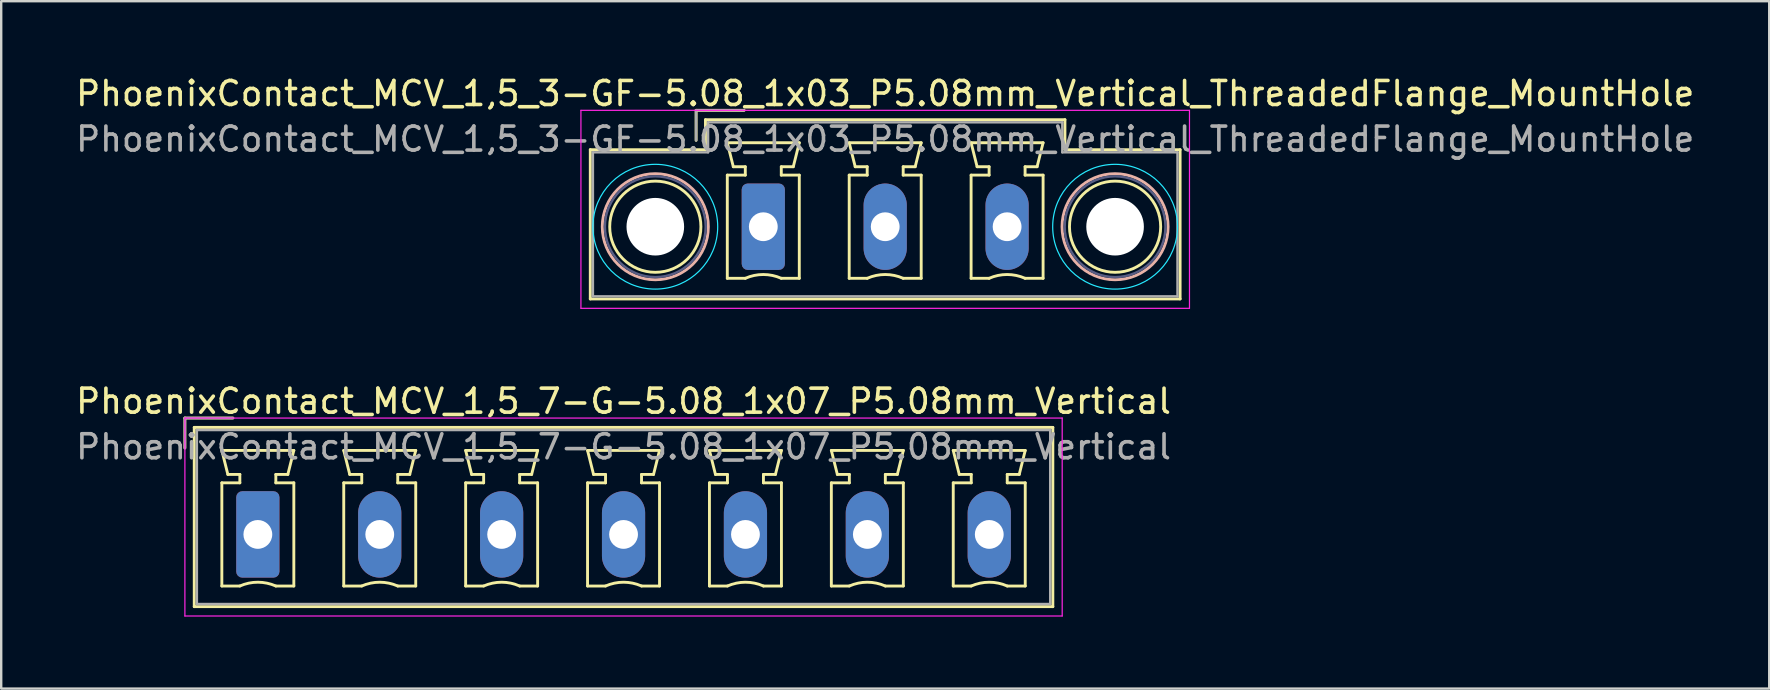
<source format=kicad_pcb>
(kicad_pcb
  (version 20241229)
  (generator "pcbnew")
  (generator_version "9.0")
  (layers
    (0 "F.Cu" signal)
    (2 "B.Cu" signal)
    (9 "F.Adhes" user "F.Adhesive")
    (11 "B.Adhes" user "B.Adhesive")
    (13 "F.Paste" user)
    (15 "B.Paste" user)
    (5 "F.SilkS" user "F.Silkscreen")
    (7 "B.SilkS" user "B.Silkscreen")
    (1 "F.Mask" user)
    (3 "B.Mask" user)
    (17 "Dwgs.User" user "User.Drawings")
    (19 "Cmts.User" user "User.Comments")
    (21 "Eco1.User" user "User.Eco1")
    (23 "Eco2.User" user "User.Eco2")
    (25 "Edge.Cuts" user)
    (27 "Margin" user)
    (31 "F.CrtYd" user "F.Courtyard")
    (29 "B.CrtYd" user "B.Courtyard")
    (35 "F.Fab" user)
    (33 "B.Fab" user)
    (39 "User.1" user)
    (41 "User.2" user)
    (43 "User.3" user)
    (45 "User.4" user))
  (footprint "PhoenixContact_MCV_1,5_3-GF-5.08_1x03_P5.08mm_Vertical_ThreadedFlange_MountHole"
    (layer "F.Cu")
    (at 28.759 6.398)
    (property "Reference" "PhoenixContact_MCV_1,5_3-GF-5.08_1x03_P5.08mm_Vertical_ThreadedFlange_MountHole" (at 5.08 -5.55 0) (layer "F.SilkS") (effects (font (size 1 1) (thickness 0.15))))
    (attr through_hole)
    (fp_line (start -7.21 -3.21) (end -7.21 3.01) (stroke (width 0.12) (type solid)) (layer "F.SilkS"))
    (fp_line (start -7.21 3.01) (end 17.37 3.01) (stroke (width 0.12) (type solid)) (layer "F.SilkS"))
    (fp_line (start -2.8 -4.85) (end -0.8 -4.85) (stroke (width 0.12) (type solid)) (layer "F.SilkS"))
    (fp_line (start -2.8 -3.6) (end -2.8 -4.85) (stroke (width 0.12) (type solid)) (layer "F.SilkS"))
    (fp_line (start -2.41 -4.46) (end -2.41 -3.21) (stroke (width 0.12) (type solid)) (layer "F.SilkS"))
    (fp_line (start -2.41 -3.21) (end -7.21 -3.21) (stroke (width 0.12) (type solid)) (layer "F.SilkS"))
    (fp_line (start -1.5 -3.5) (end 1.5 -3.5) (stroke (width 0.12) (type solid)) (layer "F.SilkS"))
    (fp_line (start -1.5 -2.15) (end -0.75 -2.15) (stroke (width 0.12) (type solid)) (layer "F.SilkS"))
    (fp_line (start -1.5 2.15) (end -1.5 -2.15) (stroke (width 0.12) (type solid)) (layer "F.SilkS"))
    (fp_line (start -1.25 -2.5) (end -1.5 -3.5) (stroke (width 0.12) (type solid)) (layer "F.SilkS"))
    (fp_line (start -0.75 -2.5) (end -1.25 -2.5) (stroke (width 0.12) (type solid)) (layer "F.SilkS"))
    (fp_line (start -0.75 -2.15) (end -0.75 -2.5) (stroke (width 0.12) (type solid)) (layer "F.SilkS"))
    (fp_line (start -0.75 2.15) (end -1.5 2.15) (stroke (width 0.12) (type solid)) (layer "F.SilkS"))
    (fp_line (start 0.75 -2.5) (end 0.75 -2.15) (stroke (width 0.12) (type solid)) (layer "F.SilkS"))
    (fp_line (start 0.75 -2.15) (end 1.5 -2.15) (stroke (width 0.12) (type solid)) (layer "F.SilkS"))
    (fp_line (start 1.25 -2.5) (end 0.75 -2.5) (stroke (width 0.12) (type solid)) (layer "F.SilkS"))
    (fp_line (start 1.5 -3.5) (end 1.25 -2.5) (stroke (width 0.12) (type solid)) (layer "F.SilkS"))
    (fp_line (start 1.5 -2.15) (end 1.5 2.15) (stroke (width 0.12) (type solid)) (layer "F.SilkS"))
    (fp_line (start 1.5 2.15) (end 0.75 2.15) (stroke (width 0.12) (type solid)) (layer "F.SilkS"))
    (fp_line (start 3.58 -3.5) (end 6.58 -3.5) (stroke (width 0.12) (type solid)) (layer "F.SilkS"))
    (fp_line (start 3.58 -2.15) (end 4.33 -2.15) (stroke (width 0.12) (type solid)) (layer "F.SilkS"))
    (fp_line (start 3.58 2.15) (end 3.58 -2.15) (stroke (width 0.12) (type solid)) (layer "F.SilkS"))
    (fp_line (start 3.83 -2.5) (end 3.58 -3.5) (stroke (width 0.12) (type solid)) (layer "F.SilkS"))
    (fp_line (start 4.33 -2.5) (end 3.83 -2.5) (stroke (width 0.12) (type solid)) (layer "F.SilkS"))
    (fp_line (start 4.33 -2.15) (end 4.33 -2.5) (stroke (width 0.12) (type solid)) (layer "F.SilkS"))
    (fp_line (start 4.33 2.15) (end 3.58 2.15) (stroke (width 0.12) (type solid)) (layer "F.SilkS"))
    (fp_line (start 5.83 -2.5) (end 5.83 -2.15) (stroke (width 0.12) (type solid)) (layer "F.SilkS"))
    (fp_line (start 5.83 -2.15) (end 6.58 -2.15) (stroke (width 0.12) (type solid)) (layer "F.SilkS"))
    (fp_line (start 6.33 -2.5) (end 5.83 -2.5) (stroke (width 0.12) (type solid)) (layer "F.SilkS"))
    (fp_line (start 6.58 -3.5) (end 6.33 -2.5) (stroke (width 0.12) (type solid)) (layer "F.SilkS"))
    (fp_line (start 6.58 -2.15) (end 6.58 2.15) (stroke (width 0.12) (type solid)) (layer "F.SilkS"))
    (fp_line (start 6.58 2.15) (end 5.83 2.15) (stroke (width 0.12) (type solid)) (layer "F.SilkS"))
    (fp_line (start 8.66 -3.5) (end 11.66 -3.5) (stroke (width 0.12) (type solid)) (layer "F.SilkS"))
    (fp_line (start 8.66 -2.15) (end 9.41 -2.15) (stroke (width 0.12) (type solid)) (layer "F.SilkS"))
    (fp_line (start 8.66 2.15) (end 8.66 -2.15) (stroke (width 0.12) (type solid)) (layer "F.SilkS"))
    (fp_line (start 8.91 -2.5) (end 8.66 -3.5) (stroke (width 0.12) (type solid)) (layer "F.SilkS"))
    (fp_line (start 9.41 -2.5) (end 8.91 -2.5) (stroke (width 0.12) (type solid)) (layer "F.SilkS"))
    (fp_line (start 9.41 -2.15) (end 9.41 -2.5) (stroke (width 0.12) (type solid)) (layer "F.SilkS"))
    (fp_line (start 9.41 2.15) (end 8.66 2.15) (stroke (width 0.12) (type solid)) (layer "F.SilkS"))
    (fp_line (start 10.91 -2.5) (end 10.91 -2.15) (stroke (width 0.12) (type solid)) (layer "F.SilkS"))
    (fp_line (start 10.91 -2.15) (end 11.66 -2.15) (stroke (width 0.12) (type solid)) (layer "F.SilkS"))
    (fp_line (start 11.41 -2.5) (end 10.91 -2.5) (stroke (width 0.12) (type solid)) (layer "F.SilkS"))
    (fp_line (start 11.66 -3.5) (end 11.41 -2.5) (stroke (width 0.12) (type solid)) (layer "F.SilkS"))
    (fp_line (start 11.66 -2.15) (end 11.66 2.15) (stroke (width 0.12) (type solid)) (layer "F.SilkS"))
    (fp_line (start 11.66 2.15) (end 10.91 2.15) (stroke (width 0.12) (type solid)) (layer "F.SilkS"))
    (fp_line (start 12.57 -4.46) (end -2.41 -4.46) (stroke (width 0.12) (type solid)) (layer "F.SilkS"))
    (fp_line (start 12.57 -3.21) (end 12.57 -4.46) (stroke (width 0.12) (type solid)) (layer "F.SilkS"))
    (fp_line (start 17.37 -3.21) (end 12.57 -3.21) (stroke (width 0.12) (type solid)) (layer "F.SilkS"))
    (fp_line (start 17.37 3.01) (end 17.37 -3.21) (stroke (width 0.12) (type solid)) (layer "F.SilkS"))
    (fp_arc (start -0.75 2.15) (mid -0.000193 1.99191) (end 0.749647 2.149844) (stroke (width 0.12) (type solid)) (layer "F.SilkS"))
    (fp_arc (start 4.33 2.15) (mid 5.079807 1.99191) (end 5.829647 2.149844) (stroke (width 0.12) (type solid)) (layer "F.SilkS"))
    (fp_arc (start 9.41 2.15) (mid 10.159807 1.99191) (end 10.909647 2.149844) (stroke (width 0.12) (type solid)) (layer "F.SilkS"))
    (fp_circle (center -4.5 0) (end -2.6 0) (stroke (width 0.12) (type solid)) (fill no) (layer "F.SilkS"))
    (fp_circle (center 14.66 0) (end 16.56 0) (stroke (width 0.12) (type solid)) (fill no) (layer "F.SilkS"))
    (fp_circle (center -4.5 0) (end -2.29 0) (stroke (width 0.12) (type solid)) (fill no) (layer "B.SilkS"))
    (fp_circle (center 14.66 0) (end 16.87 0) (stroke (width 0.12) (type solid)) (fill no) (layer "B.SilkS"))
    (fp_circle (center -4.5 0) (end -1.9 0) (stroke (width 0.05) (type solid)) (fill no) (layer "B.CrtYd"))
    (fp_circle (center 14.66 0) (end 17.26 0) (stroke (width 0.05) (type solid)) (fill no) (layer "B.CrtYd"))
    (fp_line (start -7.6 -4.85) (end -7.6 3.4) (stroke (width 0.05) (type solid)) (layer "F.CrtYd"))
    (fp_line (start -7.6 3.4) (end 17.76 3.4) (stroke (width 0.05) (type solid)) (layer "F.CrtYd"))
    (fp_line (start 17.76 -4.85) (end -7.6 -4.85) (stroke (width 0.05) (type solid)) (layer "F.CrtYd"))
    (fp_line (start 17.76 3.4) (end 17.76 -4.85) (stroke (width 0.05) (type solid)) (layer "F.CrtYd"))
    (fp_circle (center -4.5 0) (end -2.4 0) (stroke (width 0.1) (type solid)) (fill no) (layer "B.Fab"))
    (fp_circle (center 14.66 0) (end 16.76 0) (stroke (width 0.1) (type solid)) (fill no) (layer "B.Fab"))
    (fp_line (start -7.1 -3.1) (end -7.1 2.9) (stroke (width 0.1) (type solid)) (layer "F.Fab"))
    (fp_line (start -7.1 2.9) (end 17.26 2.9) (stroke (width 0.1) (type solid)) (layer "F.Fab"))
    (fp_line (start -2.8 -4.85) (end -0.8 -4.85) (stroke (width 0.1) (type solid)) (layer "F.Fab"))
    (fp_line (start -2.8 -3.6) (end -2.8 -4.85) (stroke (width 0.1) (type solid)) (layer "F.Fab"))
    (fp_line (start -2.3 -4.35) (end -2.3 -3.1) (stroke (width 0.1) (type solid)) (layer "F.Fab"))
    (fp_line (start -2.3 -3.1) (end -7.1 -3.1) (stroke (width 0.1) (type solid)) (layer "F.Fab"))
    (fp_line (start 12.46 -4.35) (end -2.3 -4.35) (stroke (width 0.1) (type solid)) (layer "F.Fab"))
    (fp_line (start 12.46 -3.1) (end 12.46 -4.35) (stroke (width 0.1) (type solid)) (layer "F.Fab"))
    (fp_line (start 17.26 -3.1) (end 12.46 -3.1) (stroke (width 0.1) (type solid)) (layer "F.Fab"))
    (fp_line (start 17.26 2.9) (end 17.26 -3.1) (stroke (width 0.1) (type solid)) (layer "F.Fab"))
    (fp_text user "${REFERENCE}" (at 5.08 -3.65 0) (layer "F.Fab") (effects (font (size 1 1) (thickness 0.15))))
    (pad "" np_thru_hole circle (at -4.5 0) (size 2.4 2.4) (drill 2.4) (layers "*.Cu" "*.Mask"))
    (pad "" np_thru_hole circle (at 14.66 0) (size 2.4 2.4) (drill 2.4) (layers "*.Cu" "*.Mask"))
    (pad "1" thru_hole roundrect (at 0 0) (size 1.8 3.6) (drill 1.2) (layers "*.Cu" "*.Mask") (roundrect_rratio 0.139))
    (pad "2" thru_hole oval (at 5.08 0) (size 1.8 3.6) (drill 1.2) (layers "*.Cu" "*.Mask"))
    (pad "3" thru_hole oval (at 10.16 0) (size 1.8 3.6) (drill 1.2) (layers "*.Cu" "*.Mask")))
  (footprint "PhoenixContact_MCV_1,5_7-G-5.08_1x07_P5.08mm_Vertical"
    (layer "F.Cu")
    (at 7.695 19.221)
    (property "Reference" "PhoenixContact_MCV_1,5_7-G-5.08_1x07_P5.08mm_Vertical" (at 15.24 -5.55 0) (layer "F.SilkS") (effects (font (size 1 1) (thickness 0.15))))
    (attr through_hole)
    (fp_line (start -3.04 -4.85) (end -1.04 -4.85) (stroke (width 0.12) (type solid)) (layer "F.SilkS"))
    (fp_line (start -3.04 -3.6) (end -3.04 -4.85) (stroke (width 0.12) (type solid)) (layer "F.SilkS"))
    (fp_line (start -2.65 -4.46) (end -2.65 3.01) (stroke (width 0.12) (type solid)) (layer "F.SilkS"))
    (fp_line (start -2.65 3.01) (end 33.13 3.01) (stroke (width 0.12) (type solid)) (layer "F.SilkS"))
    (fp_line (start -1.5 -3.5) (end 1.5 -3.5) (stroke (width 0.12) (type solid)) (layer "F.SilkS"))
    (fp_line (start -1.5 -2.15) (end -0.75 -2.15) (stroke (width 0.12) (type solid)) (layer "F.SilkS"))
    (fp_line (start -1.5 2.15) (end -1.5 -2.15) (stroke (width 0.12) (type solid)) (layer "F.SilkS"))
    (fp_line (start -1.25 -2.5) (end -1.5 -3.5) (stroke (width 0.12) (type solid)) (layer "F.SilkS"))
    (fp_line (start -0.75 -2.5) (end -1.25 -2.5) (stroke (width 0.12) (type solid)) (layer "F.SilkS"))
    (fp_line (start -0.75 -2.15) (end -0.75 -2.5) (stroke (width 0.12) (type solid)) (layer "F.SilkS"))
    (fp_line (start -0.75 2.15) (end -1.5 2.15) (stroke (width 0.12) (type solid)) (layer "F.SilkS"))
    (fp_line (start 0.75 -2.5) (end 0.75 -2.15) (stroke (width 0.12) (type solid)) (layer "F.SilkS"))
    (fp_line (start 0.75 -2.15) (end 1.5 -2.15) (stroke (width 0.12) (type solid)) (layer "F.SilkS"))
    (fp_line (start 1.25 -2.5) (end 0.75 -2.5) (stroke (width 0.12) (type solid)) (layer "F.SilkS"))
    (fp_line (start 1.5 -3.5) (end 1.25 -2.5) (stroke (width 0.12) (type solid)) (layer "F.SilkS"))
    (fp_line (start 1.5 -2.15) (end 1.5 2.15) (stroke (width 0.12) (type solid)) (layer "F.SilkS"))
    (fp_line (start 1.5 2.15) (end 0.75 2.15) (stroke (width 0.12) (type solid)) (layer "F.SilkS"))
    (fp_line (start 3.58 -3.5) (end 6.58 -3.5) (stroke (width 0.12) (type solid)) (layer "F.SilkS"))
    (fp_line (start 3.58 -2.15) (end 4.33 -2.15) (stroke (width 0.12) (type solid)) (layer "F.SilkS"))
    (fp_line (start 3.58 2.15) (end 3.58 -2.15) (stroke (width 0.12) (type solid)) (layer "F.SilkS"))
    (fp_line (start 3.83 -2.5) (end 3.58 -3.5) (stroke (width 0.12) (type solid)) (layer "F.SilkS"))
    (fp_line (start 4.33 -2.5) (end 3.83 -2.5) (stroke (width 0.12) (type solid)) (layer "F.SilkS"))
    (fp_line (start 4.33 -2.15) (end 4.33 -2.5) (stroke (width 0.12) (type solid)) (layer "F.SilkS"))
    (fp_line (start 4.33 2.15) (end 3.58 2.15) (stroke (width 0.12) (type solid)) (layer "F.SilkS"))
    (fp_line (start 5.83 -2.5) (end 5.83 -2.15) (stroke (width 0.12) (type solid)) (layer "F.SilkS"))
    (fp_line (start 5.83 -2.15) (end 6.58 -2.15) (stroke (width 0.12) (type solid)) (layer "F.SilkS"))
    (fp_line (start 6.33 -2.5) (end 5.83 -2.5) (stroke (width 0.12) (type solid)) (layer "F.SilkS"))
    (fp_line (start 6.58 -3.5) (end 6.33 -2.5) (stroke (width 0.12) (type solid)) (layer "F.SilkS"))
    (fp_line (start 6.58 -2.15) (end 6.58 2.15) (stroke (width 0.12) (type solid)) (layer "F.SilkS"))
    (fp_line (start 6.58 2.15) (end 5.83 2.15) (stroke (width 0.12) (type solid)) (layer "F.SilkS"))
    (fp_line (start 8.66 -3.5) (end 11.66 -3.5) (stroke (width 0.12) (type solid)) (layer "F.SilkS"))
    (fp_line (start 8.66 -2.15) (end 9.41 -2.15) (stroke (width 0.12) (type solid)) (layer "F.SilkS"))
    (fp_line (start 8.66 2.15) (end 8.66 -2.15) (stroke (width 0.12) (type solid)) (layer "F.SilkS"))
    (fp_line (start 8.91 -2.5) (end 8.66 -3.5) (stroke (width 0.12) (type solid)) (layer "F.SilkS"))
    (fp_line (start 9.41 -2.5) (end 8.91 -2.5) (stroke (width 0.12) (type solid)) (layer "F.SilkS"))
    (fp_line (start 9.41 -2.15) (end 9.41 -2.5) (stroke (width 0.12) (type solid)) (layer "F.SilkS"))
    (fp_line (start 9.41 2.15) (end 8.66 2.15) (stroke (width 0.12) (type solid)) (layer "F.SilkS"))
    (fp_line (start 10.91 -2.5) (end 10.91 -2.15) (stroke (width 0.12) (type solid)) (layer "F.SilkS"))
    (fp_line (start 10.91 -2.15) (end 11.66 -2.15) (stroke (width 0.12) (type solid)) (layer "F.SilkS"))
    (fp_line (start 11.41 -2.5) (end 10.91 -2.5) (stroke (width 0.12) (type solid)) (layer "F.SilkS"))
    (fp_line (start 11.66 -3.5) (end 11.41 -2.5) (stroke (width 0.12) (type solid)) (layer "F.SilkS"))
    (fp_line (start 11.66 -2.15) (end 11.66 2.15) (stroke (width 0.12) (type solid)) (layer "F.SilkS"))
    (fp_line (start 11.66 2.15) (end 10.91 2.15) (stroke (width 0.12) (type solid)) (layer "F.SilkS"))
    (fp_line (start 13.74 -3.5) (end 16.74 -3.5) (stroke (width 0.12) (type solid)) (layer "F.SilkS"))
    (fp_line (start 13.74 -2.15) (end 14.49 -2.15) (stroke (width 0.12) (type solid)) (layer "F.SilkS"))
    (fp_line (start 13.74 2.15) (end 13.74 -2.15) (stroke (width 0.12) (type solid)) (layer "F.SilkS"))
    (fp_line (start 13.99 -2.5) (end 13.74 -3.5) (stroke (width 0.12) (type solid)) (layer "F.SilkS"))
    (fp_line (start 14.49 -2.5) (end 13.99 -2.5) (stroke (width 0.12) (type solid)) (layer "F.SilkS"))
    (fp_line (start 14.49 -2.15) (end 14.49 -2.5) (stroke (width 0.12) (type solid)) (layer "F.SilkS"))
    (fp_line (start 14.49 2.15) (end 13.74 2.15) (stroke (width 0.12) (type solid)) (layer "F.SilkS"))
    (fp_line (start 15.99 -2.5) (end 15.99 -2.15) (stroke (width 0.12) (type solid)) (layer "F.SilkS"))
    (fp_line (start 15.99 -2.15) (end 16.74 -2.15) (stroke (width 0.12) (type solid)) (layer "F.SilkS"))
    (fp_line (start 16.49 -2.5) (end 15.99 -2.5) (stroke (width 0.12) (type solid)) (layer "F.SilkS"))
    (fp_line (start 16.74 -3.5) (end 16.49 -2.5) (stroke (width 0.12) (type solid)) (layer "F.SilkS"))
    (fp_line (start 16.74 -2.15) (end 16.74 2.15) (stroke (width 0.12) (type solid)) (layer "F.SilkS"))
    (fp_line (start 16.74 2.15) (end 15.99 2.15) (stroke (width 0.12) (type solid)) (layer "F.SilkS"))
    (fp_line (start 18.82 -3.5) (end 21.82 -3.5) (stroke (width 0.12) (type solid)) (layer "F.SilkS"))
    (fp_line (start 18.82 -2.15) (end 19.57 -2.15) (stroke (width 0.12) (type solid)) (layer "F.SilkS"))
    (fp_line (start 18.82 2.15) (end 18.82 -2.15) (stroke (width 0.12) (type solid)) (layer "F.SilkS"))
    (fp_line (start 19.07 -2.5) (end 18.82 -3.5) (stroke (width 0.12) (type solid)) (layer "F.SilkS"))
    (fp_line (start 19.57 -2.5) (end 19.07 -2.5) (stroke (width 0.12) (type solid)) (layer "F.SilkS"))
    (fp_line (start 19.57 -2.15) (end 19.57 -2.5) (stroke (width 0.12) (type solid)) (layer "F.SilkS"))
    (fp_line (start 19.57 2.15) (end 18.82 2.15) (stroke (width 0.12) (type solid)) (layer "F.SilkS"))
    (fp_line (start 21.07 -2.5) (end 21.07 -2.15) (stroke (width 0.12) (type solid)) (layer "F.SilkS"))
    (fp_line (start 21.07 -2.15) (end 21.82 -2.15) (stroke (width 0.12) (type solid)) (layer "F.SilkS"))
    (fp_line (start 21.57 -2.5) (end 21.07 -2.5) (stroke (width 0.12) (type solid)) (layer "F.SilkS"))
    (fp_line (start 21.82 -3.5) (end 21.57 -2.5) (stroke (width 0.12) (type solid)) (layer "F.SilkS"))
    (fp_line (start 21.82 -2.15) (end 21.82 2.15) (stroke (width 0.12) (type solid)) (layer "F.SilkS"))
    (fp_line (start 21.82 2.15) (end 21.07 2.15) (stroke (width 0.12) (type solid)) (layer "F.SilkS"))
    (fp_line (start 23.9 -3.5) (end 26.9 -3.5) (stroke (width 0.12) (type solid)) (layer "F.SilkS"))
    (fp_line (start 23.9 -2.15) (end 24.65 -2.15) (stroke (width 0.12) (type solid)) (layer "F.SilkS"))
    (fp_line (start 23.9 2.15) (end 23.9 -2.15) (stroke (width 0.12) (type solid)) (layer "F.SilkS"))
    (fp_line (start 24.15 -2.5) (end 23.9 -3.5) (stroke (width 0.12) (type solid)) (layer "F.SilkS"))
    (fp_line (start 24.65 -2.5) (end 24.15 -2.5) (stroke (width 0.12) (type solid)) (layer "F.SilkS"))
    (fp_line (start 24.65 -2.15) (end 24.65 -2.5) (stroke (width 0.12) (type solid)) (layer "F.SilkS"))
    (fp_line (start 24.65 2.15) (end 23.9 2.15) (stroke (width 0.12) (type solid)) (layer "F.SilkS"))
    (fp_line (start 26.15 -2.5) (end 26.15 -2.15) (stroke (width 0.12) (type solid)) (layer "F.SilkS"))
    (fp_line (start 26.15 -2.15) (end 26.9 -2.15) (stroke (width 0.12) (type solid)) (layer "F.SilkS"))
    (fp_line (start 26.65 -2.5) (end 26.15 -2.5) (stroke (width 0.12) (type solid)) (layer "F.SilkS"))
    (fp_line (start 26.9 -3.5) (end 26.65 -2.5) (stroke (width 0.12) (type solid)) (layer "F.SilkS"))
    (fp_line (start 26.9 -2.15) (end 26.9 2.15) (stroke (width 0.12) (type solid)) (layer "F.SilkS"))
    (fp_line (start 26.9 2.15) (end 26.15 2.15) (stroke (width 0.12) (type solid)) (layer "F.SilkS"))
    (fp_line (start 28.98 -3.5) (end 31.98 -3.5) (stroke (width 0.12) (type solid)) (layer "F.SilkS"))
    (fp_line (start 28.98 -2.15) (end 29.73 -2.15) (stroke (width 0.12) (type solid)) (layer "F.SilkS"))
    (fp_line (start 28.98 2.15) (end 28.98 -2.15) (stroke (width 0.12) (type solid)) (layer "F.SilkS"))
    (fp_line (start 29.23 -2.5) (end 28.98 -3.5) (stroke (width 0.12) (type solid)) (layer "F.SilkS"))
    (fp_line (start 29.73 -2.5) (end 29.23 -2.5) (stroke (width 0.12) (type solid)) (layer "F.SilkS"))
    (fp_line (start 29.73 -2.15) (end 29.73 -2.5) (stroke (width 0.12) (type solid)) (layer "F.SilkS"))
    (fp_line (start 29.73 2.15) (end 28.98 2.15) (stroke (width 0.12) (type solid)) (layer "F.SilkS"))
    (fp_line (start 31.23 -2.5) (end 31.23 -2.15) (stroke (width 0.12) (type solid)) (layer "F.SilkS"))
    (fp_line (start 31.23 -2.15) (end 31.98 -2.15) (stroke (width 0.12) (type solid)) (layer "F.SilkS"))
    (fp_line (start 31.73 -2.5) (end 31.23 -2.5) (stroke (width 0.12) (type solid)) (layer "F.SilkS"))
    (fp_line (start 31.98 -3.5) (end 31.73 -2.5) (stroke (width 0.12) (type solid)) (layer "F.SilkS"))
    (fp_line (start 31.98 -2.15) (end 31.98 2.15) (stroke (width 0.12) (type solid)) (layer "F.SilkS"))
    (fp_line (start 31.98 2.15) (end 31.23 2.15) (stroke (width 0.12) (type solid)) (layer "F.SilkS"))
    (fp_line (start 33.13 -4.46) (end -2.65 -4.46) (stroke (width 0.12) (type solid)) (layer "F.SilkS"))
    (fp_line (start 33.13 3.01) (end 33.13 -4.46) (stroke (width 0.12) (type solid)) (layer "F.SilkS"))
    (fp_arc (start -0.75 2.15) (mid -0.000193 1.99191) (end 0.749647 2.149844) (stroke (width 0.12) (type solid)) (layer "F.SilkS"))
    (fp_arc (start 4.33 2.15) (mid 5.079807 1.99191) (end 5.829647 2.149844) (stroke (width 0.12) (type solid)) (layer "F.SilkS"))
    (fp_arc (start 9.41 2.15) (mid 10.159807 1.99191) (end 10.909647 2.149844) (stroke (width 0.12) (type solid)) (layer "F.SilkS"))
    (fp_arc (start 14.49 2.15) (mid 15.239807 1.99191) (end 15.989647 2.149844) (stroke (width 0.12) (type solid)) (layer "F.SilkS"))
    (fp_arc (start 19.57 2.15) (mid 20.319807 1.99191) (end 21.069647 2.149844) (stroke (width 0.12) (type solid)) (layer "F.SilkS"))
    (fp_arc (start 24.65 2.15) (mid 25.399807 1.99191) (end 26.149647 2.149844) (stroke (width 0.12) (type solid)) (layer "F.SilkS"))
    (fp_arc (start 29.73 2.15) (mid 30.479807 1.99191) (end 31.229647 2.149844) (stroke (width 0.12) (type solid)) (layer "F.SilkS"))
    (fp_line (start -3.04 -4.85) (end -3.04 3.4) (stroke (width 0.05) (type solid)) (layer "F.CrtYd"))
    (fp_line (start -3.04 3.4) (end 33.52 3.4) (stroke (width 0.05) (type solid)) (layer "F.CrtYd"))
    (fp_line (start 33.52 -4.85) (end -3.04 -4.85) (stroke (width 0.05) (type solid)) (layer "F.CrtYd"))
    (fp_line (start 33.52 3.4) (end 33.52 -4.85) (stroke (width 0.05) (type solid)) (layer "F.CrtYd"))
    (fp_line (start -3.04 -4.85) (end -1.04 -4.85) (stroke (width 0.1) (type solid)) (layer "F.Fab"))
    (fp_line (start -3.04 -3.6) (end -3.04 -4.85) (stroke (width 0.1) (type solid)) (layer "F.Fab"))
    (fp_line (start -2.54 -4.35) (end -2.54 2.9) (stroke (width 0.1) (type solid)) (layer "F.Fab"))
    (fp_line (start -2.54 2.9) (end 33.02 2.9) (stroke (width 0.1) (type solid)) (layer "F.Fab"))
    (fp_line (start 33.02 -4.35) (end -2.54 -4.35) (stroke (width 0.1) (type solid)) (layer "F.Fab"))
    (fp_line (start 33.02 2.9) (end 33.02 -4.35) (stroke (width 0.1) (type solid)) (layer "F.Fab"))
    (fp_text user "${REFERENCE}" (at 15.24 -3.65 0) (layer "F.Fab") (effects (font (size 1 1) (thickness 0.15))))
    (pad "1" thru_hole roundrect (at 0 0) (size 1.8 3.6) (drill 1.2) (layers "*.Cu" "*.Mask") (roundrect_rratio 0.139))
    (pad "2" thru_hole oval (at 5.08 0) (size 1.8 3.6) (drill 1.2) (layers "*.Cu" "*.Mask"))
    (pad "3" thru_hole oval (at 10.16 0) (size 1.8 3.6) (drill 1.2) (layers "*.Cu" "*.Mask"))
    (pad "4" thru_hole oval (at 15.24 0) (size 1.8 3.6) (drill 1.2) (layers "*.Cu" "*.Mask"))
    (pad "5" thru_hole oval (at 20.32 0) (size 1.8 3.6) (drill 1.2) (layers "*.Cu" "*.Mask"))
    (pad "6" thru_hole oval (at 25.4 0) (size 1.8 3.6) (drill 1.2) (layers "*.Cu" "*.Mask"))
    (pad "7" thru_hole oval (at 30.48 0) (size 1.8 3.6) (drill 1.2) (layers "*.Cu" "*.Mask")))
  (gr_rect
    (start -3 -3)
    (end 70.679 25.646)
    (stroke (width 0.1) (type default))
    (fill no)
    (layer "Edge.Cuts")))
</source>
